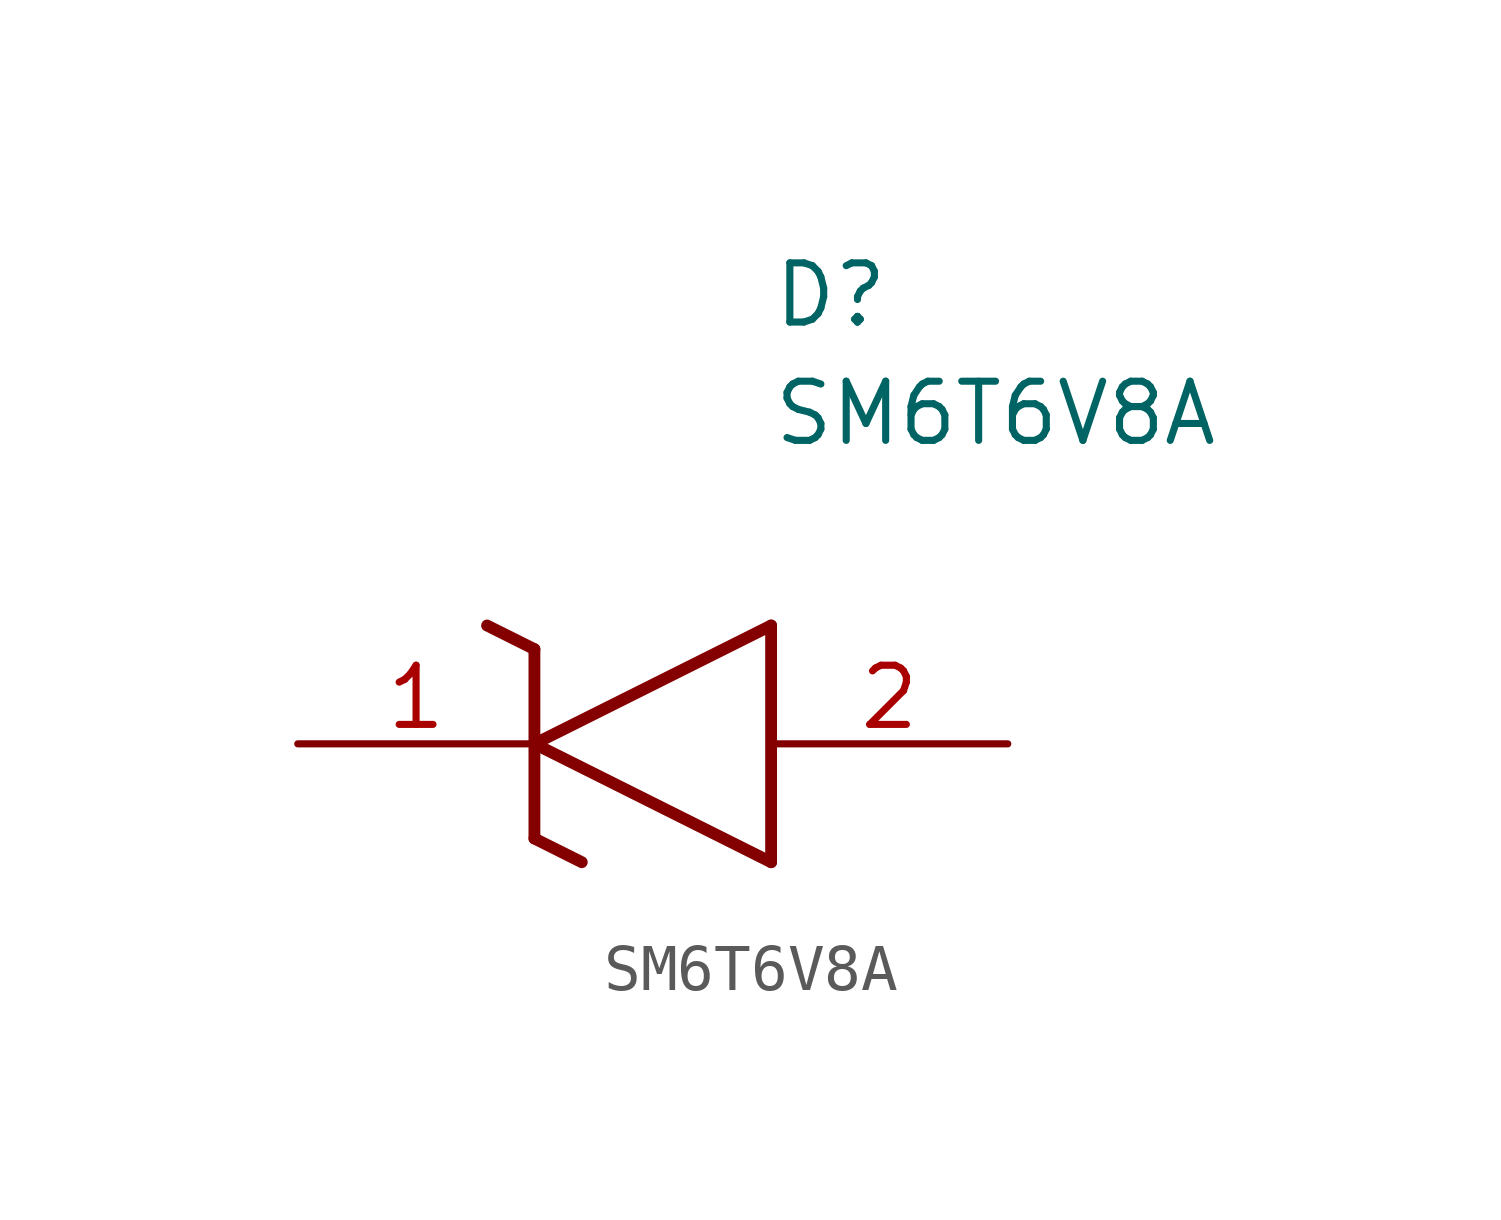
<source format=kicad_sym>
(kicad_symbol_lib
  (version 20211014)
  (generator SamacSys_ECAD_Model)
  (symbol "SM6T6V8A"
    (pin_names hide)
    (property "Reference" "D"
      (at 10.16 8.89 0)
      (effects (font (size 1.27 1.27)) (justify left bottom)))
    (property "Value" "SM6T6V8A"
      (at 10.16 6.35 0)
      (effects (font (size 1.27 1.27)) (justify left bottom)))
    (polyline
      (pts (xy 5.08 0) (xy 10.16 2.54))
      (stroke (width 0.254) (type default))
      (fill (type none)))
    (polyline
      (pts (xy 10.16 -2.54) (xy 10.16 2.54))
      (stroke (width 0.254) (type default))
      (fill (type none)))
    (polyline
      (pts (xy 10.16 -2.54) (xy 5.08 0))
      (stroke (width 0.254) (type default))
      (fill (type none)))
    (polyline
      (pts (xy 5.08 -2.032) (xy 6.096 -2.54))
      (stroke (width 0.254) (type default))
      (fill (type none)))
    (polyline
      (pts (xy 5.08 -2.032) (xy 5.08 2.032))
      (stroke (width 0.254) (type default))
      (fill (type none)))
    (polyline
      (pts (xy 4.064 2.54) (xy 5.08 2.032))
      (stroke (width 0.254) (type default))
      (fill (type none)))
    (pin passive line
      (at 0 0 0)
      (length 5.08)
      (name "K" (effects (font (size 1.27 1.27))))
      (number "1" (effects (font (size 1.27 1.27)))))
    (pin passive line
      (at 15.24 0 180)
      (length 5.08)
      (name "A" (effects (font (size 1.27 1.27))))
      (number "2" (effects (font (size 1.27 1.27)))))))
</source>
